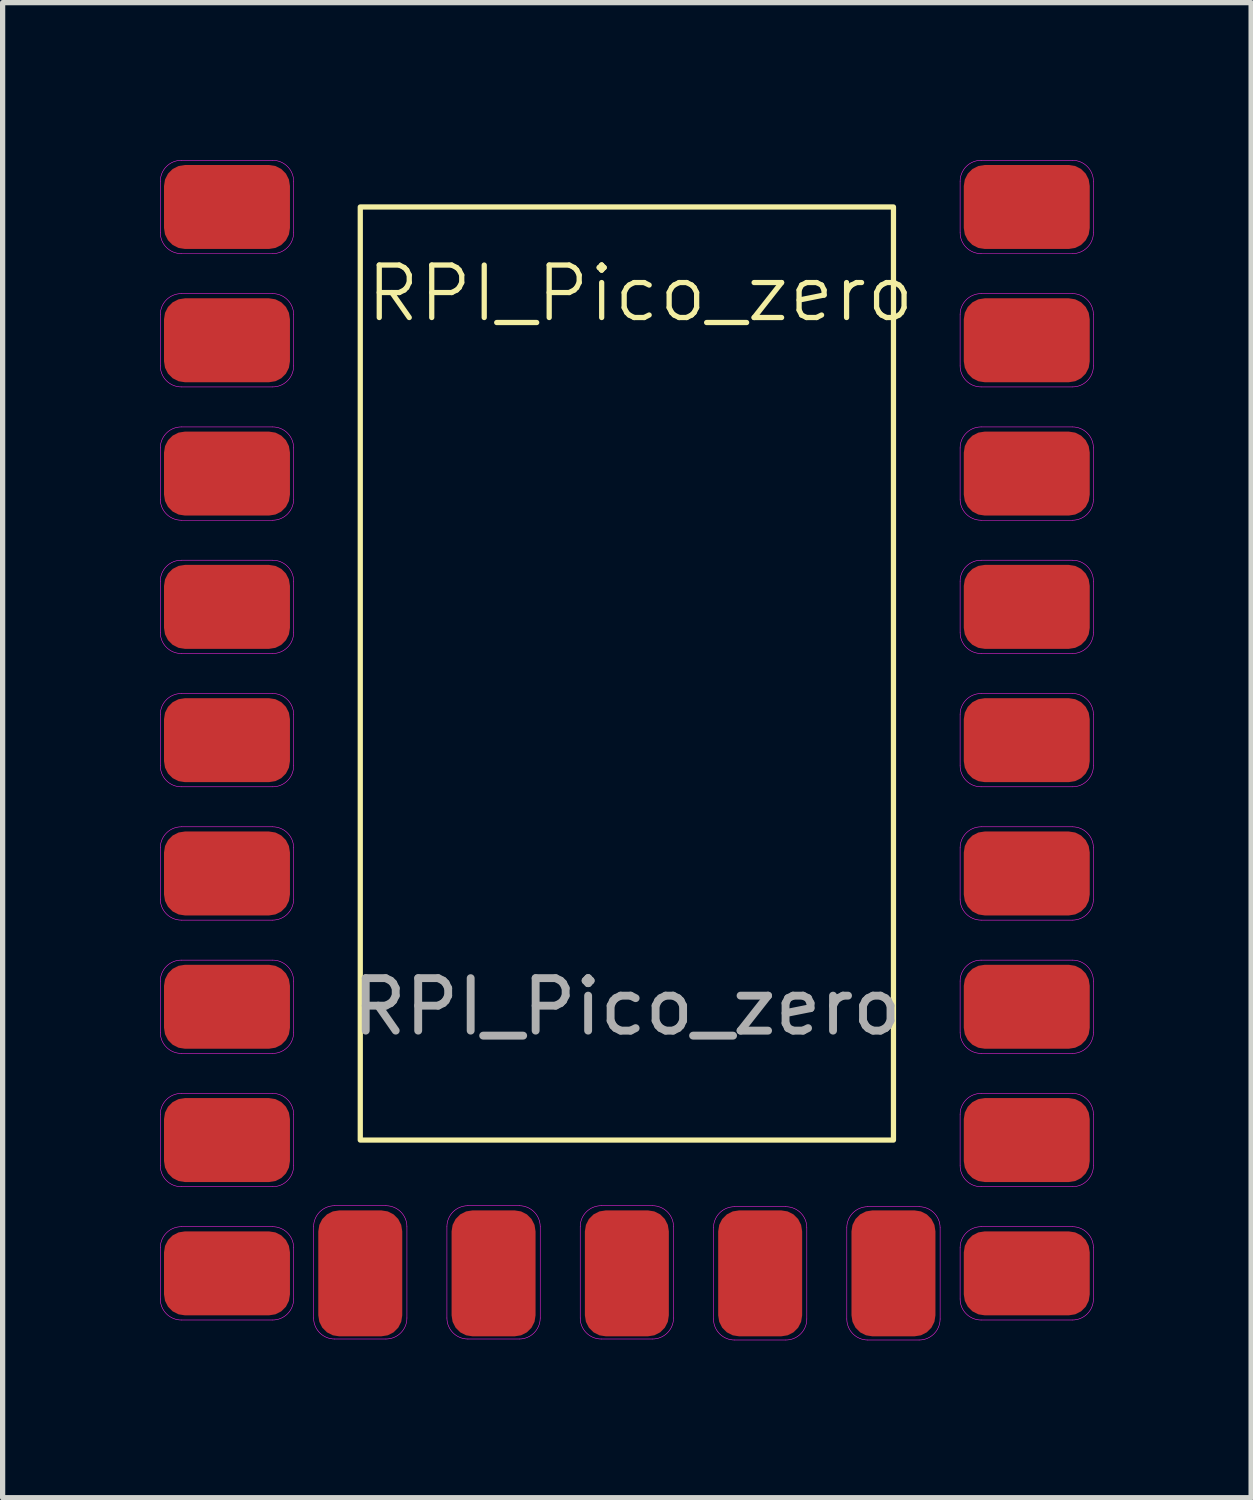
<source format=kicad_pcb>
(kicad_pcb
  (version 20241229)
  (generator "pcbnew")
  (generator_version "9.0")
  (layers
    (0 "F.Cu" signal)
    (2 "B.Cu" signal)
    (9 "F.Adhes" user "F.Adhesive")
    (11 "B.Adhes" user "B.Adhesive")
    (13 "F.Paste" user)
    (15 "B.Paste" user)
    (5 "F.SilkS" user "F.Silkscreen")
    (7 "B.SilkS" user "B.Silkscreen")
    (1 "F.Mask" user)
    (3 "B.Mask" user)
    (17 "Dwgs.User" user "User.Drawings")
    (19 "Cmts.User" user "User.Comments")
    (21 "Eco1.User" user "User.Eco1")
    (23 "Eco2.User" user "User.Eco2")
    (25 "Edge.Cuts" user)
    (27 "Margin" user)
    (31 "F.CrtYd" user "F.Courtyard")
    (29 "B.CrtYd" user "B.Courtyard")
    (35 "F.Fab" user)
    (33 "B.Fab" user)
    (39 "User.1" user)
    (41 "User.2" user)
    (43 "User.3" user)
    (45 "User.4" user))
  (footprint "RPI_Pico_zero"
    (layer "F.Cu")
    (at 8.895 11.054)
    (property "Reference" "RPI_Pico_zero" (at 0.258 -8.511 0) (unlocked yes) (layer "F.SilkS") (effects (font (size 1 1) (thickness 0.1))))
    (attr smd)
    (fp_rect (start -5.08 -10.16) (end 5.08 7.62) (stroke (width 0.1) (type default)) (fill no) (layer "F.SilkS"))
    (fp_line (start -8.89 -9.671) (end -8.89 -10.649) (stroke (width 0.01) (type default)) (layer "F.CrtYd"))
    (fp_line (start -8.89 -7.131) (end -8.89 -8.109) (stroke (width 0.01) (type default)) (layer "F.CrtYd"))
    (fp_line (start -8.89 -4.591) (end -8.89 -5.569) (stroke (width 0.01) (type default)) (layer "F.CrtYd"))
    (fp_line (start -8.89 -2.051) (end -8.89 -3.029) (stroke (width 0.01) (type default)) (layer "F.CrtYd"))
    (fp_line (start -8.89 0.489) (end -8.89 -0.489) (stroke (width 0.01) (type default)) (layer "F.CrtYd"))
    (fp_line (start -8.89 3.029) (end -8.89 2.051) (stroke (width 0.01) (type default)) (layer "F.CrtYd"))
    (fp_line (start -8.89 5.569) (end -8.89 4.591) (stroke (width 0.01) (type default)) (layer "F.CrtYd"))
    (fp_line (start -8.89 8.109) (end -8.89 7.131) (stroke (width 0.01) (type default)) (layer "F.CrtYd"))
    (fp_line (start -8.89 10.649) (end -8.89 9.671) (stroke (width 0.01) (type default)) (layer "F.CrtYd"))
    (fp_line (start -8.49 -11.049) (end -6.75 -11.049) (stroke (width 0.01) (type default)) (layer "F.CrtYd"))
    (fp_line (start -8.49 -8.509) (end -6.75 -8.509) (stroke (width 0.01) (type default)) (layer "F.CrtYd"))
    (fp_line (start -8.49 -5.969) (end -6.75 -5.969) (stroke (width 0.01) (type default)) (layer "F.CrtYd"))
    (fp_line (start -8.49 -3.429) (end -6.75 -3.429) (stroke (width 0.01) (type default)) (layer "F.CrtYd"))
    (fp_line (start -8.49 -0.889) (end -6.75 -0.889) (stroke (width 0.01) (type default)) (layer "F.CrtYd"))
    (fp_line (start -8.49 1.651) (end -6.75 1.651) (stroke (width 0.01) (type default)) (layer "F.CrtYd"))
    (fp_line (start -8.49 4.191) (end -6.75 4.191) (stroke (width 0.01) (type default)) (layer "F.CrtYd"))
    (fp_line (start -8.49 6.731) (end -6.75 6.731) (stroke (width 0.01) (type default)) (layer "F.CrtYd"))
    (fp_line (start -8.49 9.271) (end -6.75 9.271) (stroke (width 0.01) (type default)) (layer "F.CrtYd"))
    (fp_line (start -6.75 -9.271) (end -8.49 -9.271) (stroke (width 0.01) (type default)) (layer "F.CrtYd"))
    (fp_line (start -6.75 -6.731) (end -8.49 -6.731) (stroke (width 0.01) (type default)) (layer "F.CrtYd"))
    (fp_line (start -6.75 -4.191) (end -8.49 -4.191) (stroke (width 0.01) (type default)) (layer "F.CrtYd"))
    (fp_line (start -6.75 -1.651) (end -8.49 -1.651) (stroke (width 0.01) (type default)) (layer "F.CrtYd"))
    (fp_line (start -6.75 0.889) (end -8.49 0.889) (stroke (width 0.01) (type default)) (layer "F.CrtYd"))
    (fp_line (start -6.75 3.429) (end -8.49 3.429) (stroke (width 0.01) (type default)) (layer "F.CrtYd"))
    (fp_line (start -6.75 5.969) (end -8.49 5.969) (stroke (width 0.01) (type default)) (layer "F.CrtYd"))
    (fp_line (start -6.75 8.509) (end -8.49 8.509) (stroke (width 0.01) (type default)) (layer "F.CrtYd"))
    (fp_line (start -6.75 11.049) (end -8.49 11.049) (stroke (width 0.01) (type default)) (layer "F.CrtYd"))
    (fp_line (start -6.35 -10.649) (end -6.35 -9.671) (stroke (width 0.01) (type default)) (layer "F.CrtYd"))
    (fp_line (start -6.35 -8.109) (end -6.35 -7.131) (stroke (width 0.01) (type default)) (layer "F.CrtYd"))
    (fp_line (start -6.35 -5.569) (end -6.35 -4.591) (stroke (width 0.01) (type default)) (layer "F.CrtYd"))
    (fp_line (start -6.35 -3.029) (end -6.35 -2.051) (stroke (width 0.01) (type default)) (layer "F.CrtYd"))
    (fp_line (start -6.35 -0.489) (end -6.35 0.489) (stroke (width 0.01) (type default)) (layer "F.CrtYd"))
    (fp_line (start -6.35 2.051) (end -6.35 3.029) (stroke (width 0.01) (type default)) (layer "F.CrtYd"))
    (fp_line (start -6.35 4.591) (end -6.35 5.569) (stroke (width 0.01) (type default)) (layer "F.CrtYd"))
    (fp_line (start -6.35 7.131) (end -6.35 8.109) (stroke (width 0.01) (type default)) (layer "F.CrtYd"))
    (fp_line (start -6.35 9.671) (end -6.35 10.649) (stroke (width 0.01) (type default)) (layer "F.CrtYd"))
    (fp_line (start -5.969 11.011) (end -5.969 9.271) (stroke (width 0.01) (type default)) (layer "F.CrtYd"))
    (fp_line (start -5.569 8.871) (end -4.591 8.871) (stroke (width 0.01) (type default)) (layer "F.CrtYd"))
    (fp_line (start -4.591 11.411) (end -5.569 11.411) (stroke (width 0.01) (type default)) (layer "F.CrtYd"))
    (fp_line (start -4.191 9.271) (end -4.191 11.011) (stroke (width 0.01) (type default)) (layer "F.CrtYd"))
    (fp_line (start -3.429 11.011) (end -3.429 9.271) (stroke (width 0.01) (type default)) (layer "F.CrtYd"))
    (fp_line (start -3.029 8.871) (end -2.051 8.871) (stroke (width 0.01) (type default)) (layer "F.CrtYd"))
    (fp_line (start -2.051 11.411) (end -3.029 11.411) (stroke (width 0.01) (type default)) (layer "F.CrtYd"))
    (fp_line (start -1.651 9.271) (end -1.651 11.011) (stroke (width 0.01) (type default)) (layer "F.CrtYd"))
    (fp_line (start -0.889 11.011) (end -0.889 9.271) (stroke (width 0.01) (type default)) (layer "F.CrtYd"))
    (fp_line (start -0.489 8.871) (end 0.489 8.871) (stroke (width 0.01) (type default)) (layer "F.CrtYd"))
    (fp_line (start 0.489 11.411) (end -0.489 11.411) (stroke (width 0.01) (type default)) (layer "F.CrtYd"))
    (fp_line (start 0.889 9.271) (end 0.889 11.011) (stroke (width 0.01) (type default)) (layer "F.CrtYd"))
    (fp_line (start 1.651 11.03) (end 1.651 9.29) (stroke (width 0.01) (type default)) (layer "F.CrtYd"))
    (fp_line (start 2.051 8.89) (end 3.029 8.89) (stroke (width 0.01) (type default)) (layer "F.CrtYd"))
    (fp_line (start 3.029 11.43) (end 2.051 11.43) (stroke (width 0.01) (type default)) (layer "F.CrtYd"))
    (fp_line (start 3.429 9.29) (end 3.429 11.03) (stroke (width 0.01) (type default)) (layer "F.CrtYd"))
    (fp_line (start 4.191 11.03) (end 4.191 9.29) (stroke (width 0.01) (type default)) (layer "F.CrtYd"))
    (fp_line (start 4.591 8.89) (end 5.569 8.89) (stroke (width 0.01) (type default)) (layer "F.CrtYd"))
    (fp_line (start 5.569 11.43) (end 4.591 11.43) (stroke (width 0.01) (type default)) (layer "F.CrtYd"))
    (fp_line (start 5.969 9.29) (end 5.969 11.03) (stroke (width 0.01) (type default)) (layer "F.CrtYd"))
    (fp_line (start 6.35 -9.671) (end 6.35 -10.649) (stroke (width 0.01) (type default)) (layer "F.CrtYd"))
    (fp_line (start 6.35 -7.131) (end 6.35 -8.109) (stroke (width 0.01) (type default)) (layer "F.CrtYd"))
    (fp_line (start 6.35 -4.591) (end 6.35 -5.569) (stroke (width 0.01) (type default)) (layer "F.CrtYd"))
    (fp_line (start 6.35 -2.051) (end 6.35 -3.029) (stroke (width 0.01) (type default)) (layer "F.CrtYd"))
    (fp_line (start 6.35 0.489) (end 6.35 -0.489) (stroke (width 0.01) (type default)) (layer "F.CrtYd"))
    (fp_line (start 6.35 3.029) (end 6.35 2.051) (stroke (width 0.01) (type default)) (layer "F.CrtYd"))
    (fp_line (start 6.35 5.569) (end 6.35 4.591) (stroke (width 0.01) (type default)) (layer "F.CrtYd"))
    (fp_line (start 6.35 8.109) (end 6.35 7.131) (stroke (width 0.01) (type default)) (layer "F.CrtYd"))
    (fp_line (start 6.35 10.649) (end 6.35 9.671) (stroke (width 0.01) (type default)) (layer "F.CrtYd"))
    (fp_line (start 6.75 -11.049) (end 8.49 -11.049) (stroke (width 0.01) (type default)) (layer "F.CrtYd"))
    (fp_line (start 6.75 -8.509) (end 8.49 -8.509) (stroke (width 0.01) (type default)) (layer "F.CrtYd"))
    (fp_line (start 6.75 -5.969) (end 8.49 -5.969) (stroke (width 0.01) (type default)) (layer "F.CrtYd"))
    (fp_line (start 6.75 -3.429) (end 8.49 -3.429) (stroke (width 0.01) (type default)) (layer "F.CrtYd"))
    (fp_line (start 6.75 -0.889) (end 8.49 -0.889) (stroke (width 0.01) (type default)) (layer "F.CrtYd"))
    (fp_line (start 6.75 1.651) (end 8.49 1.651) (stroke (width 0.01) (type default)) (layer "F.CrtYd"))
    (fp_line (start 6.75 4.191) (end 8.49 4.191) (stroke (width 0.01) (type default)) (layer "F.CrtYd"))
    (fp_line (start 6.75 6.731) (end 8.49 6.731) (stroke (width 0.01) (type default)) (layer "F.CrtYd"))
    (fp_line (start 6.75 9.271) (end 8.49 9.271) (stroke (width 0.01) (type default)) (layer "F.CrtYd"))
    (fp_line (start 8.49 -9.271) (end 6.75 -9.271) (stroke (width 0.01) (type default)) (layer "F.CrtYd"))
    (fp_line (start 8.49 -6.731) (end 6.75 -6.731) (stroke (width 0.01) (type default)) (layer "F.CrtYd"))
    (fp_line (start 8.49 -4.191) (end 6.75 -4.191) (stroke (width 0.01) (type default)) (layer "F.CrtYd"))
    (fp_line (start 8.49 -1.651) (end 6.75 -1.651) (stroke (width 0.01) (type default)) (layer "F.CrtYd"))
    (fp_line (start 8.49 0.889) (end 6.75 0.889) (stroke (width 0.01) (type default)) (layer "F.CrtYd"))
    (fp_line (start 8.49 3.429) (end 6.75 3.429) (stroke (width 0.01) (type default)) (layer "F.CrtYd"))
    (fp_line (start 8.49 5.969) (end 6.75 5.969) (stroke (width 0.01) (type default)) (layer "F.CrtYd"))
    (fp_line (start 8.49 8.509) (end 6.75 8.509) (stroke (width 0.01) (type default)) (layer "F.CrtYd"))
    (fp_line (start 8.49 11.049) (end 6.75 11.049) (stroke (width 0.01) (type default)) (layer "F.CrtYd"))
    (fp_line (start 8.89 -10.649) (end 8.89 -9.671) (stroke (width 0.01) (type default)) (layer "F.CrtYd"))
    (fp_line (start 8.89 -8.109) (end 8.89 -7.131) (stroke (width 0.01) (type default)) (layer "F.CrtYd"))
    (fp_line (start 8.89 -5.569) (end 8.89 -4.591) (stroke (width 0.01) (type default)) (layer "F.CrtYd"))
    (fp_line (start 8.89 -3.029) (end 8.89 -2.051) (stroke (width 0.01) (type default)) (layer "F.CrtYd"))
    (fp_line (start 8.89 -0.489) (end 8.89 0.489) (stroke (width 0.01) (type default)) (layer "F.CrtYd"))
    (fp_line (start 8.89 2.051) (end 8.89 3.029) (stroke (width 0.01) (type default)) (layer "F.CrtYd"))
    (fp_line (start 8.89 4.591) (end 8.89 5.569) (stroke (width 0.01) (type default)) (layer "F.CrtYd"))
    (fp_line (start 8.89 7.131) (end 8.89 8.109) (stroke (width 0.01) (type default)) (layer "F.CrtYd"))
    (fp_line (start 8.89 9.671) (end 8.89 10.649) (stroke (width 0.01) (type default)) (layer "F.CrtYd"))
    (fp_arc (start -8.89 -10.649) (mid -8.772843 -10.931843) (end -8.49 -11.049) (stroke (width 0.01) (type default)) (layer "F.CrtYd"))
    (fp_arc (start -8.89 -8.109) (mid -8.772843 -8.391843) (end -8.49 -8.509) (stroke (width 0.01) (type default)) (layer "F.CrtYd"))
    (fp_arc (start -8.89 -5.569) (mid -8.772843 -5.851843) (end -8.49 -5.969) (stroke (width 0.01) (type default)) (layer "F.CrtYd"))
    (fp_arc (start -8.89 -3.029) (mid -8.772843 -3.311843) (end -8.49 -3.429) (stroke (width 0.01) (type default)) (layer "F.CrtYd"))
    (fp_arc (start -8.89 -0.489) (mid -8.772843 -0.771843) (end -8.49 -0.889) (stroke (width 0.01) (type default)) (layer "F.CrtYd"))
    (fp_arc (start -8.89 2.051) (mid -8.772843 1.768157) (end -8.49 1.651) (stroke (width 0.01) (type default)) (layer "F.CrtYd"))
    (fp_arc (start -8.89 4.591) (mid -8.772843 4.308157) (end -8.49 4.191) (stroke (width 0.01) (type default)) (layer "F.CrtYd"))
    (fp_arc (start -8.89 7.131) (mid -8.772843 6.848157) (end -8.49 6.731) (stroke (width 0.01) (type default)) (layer "F.CrtYd"))
    (fp_arc (start -8.89 9.671) (mid -8.772843 9.388157) (end -8.49 9.271) (stroke (width 0.01) (type default)) (layer "F.CrtYd"))
    (fp_arc (start -8.49 -9.271) (mid -8.772843 -9.388157) (end -8.89 -9.671) (stroke (width 0.01) (type default)) (layer "F.CrtYd"))
    (fp_arc (start -8.49 -6.731) (mid -8.772843 -6.848157) (end -8.89 -7.131) (stroke (width 0.01) (type default)) (layer "F.CrtYd"))
    (fp_arc (start -8.49 -4.191) (mid -8.772843 -4.308157) (end -8.89 -4.591) (stroke (width 0.01) (type default)) (layer "F.CrtYd"))
    (fp_arc (start -8.49 -1.651) (mid -8.772843 -1.768157) (end -8.89 -2.051) (stroke (width 0.01) (type default)) (layer "F.CrtYd"))
    (fp_arc (start -8.49 0.889) (mid -8.772843 0.771843) (end -8.89 0.489) (stroke (width 0.01) (type default)) (layer "F.CrtYd"))
    (fp_arc (start -8.49 3.429) (mid -8.772843 3.311843) (end -8.89 3.029) (stroke (width 0.01) (type default)) (layer "F.CrtYd"))
    (fp_arc (start -8.49 5.969) (mid -8.772843 5.851843) (end -8.89 5.569) (stroke (width 0.01) (type default)) (layer "F.CrtYd"))
    (fp_arc (start -8.49 8.509) (mid -8.772843 8.391843) (end -8.89 8.109) (stroke (width 0.01) (type default)) (layer "F.CrtYd"))
    (fp_arc (start -8.49 11.049) (mid -8.772843 10.931843) (end -8.89 10.649) (stroke (width 0.01) (type default)) (layer "F.CrtYd"))
    (fp_arc (start -6.75 -11.049) (mid -6.467157 -10.931843) (end -6.35 -10.649) (stroke (width 0.01) (type default)) (layer "F.CrtYd"))
    (fp_arc (start -6.75 -8.509) (mid -6.467157 -8.391843) (end -6.35 -8.109) (stroke (width 0.01) (type default)) (layer "F.CrtYd"))
    (fp_arc (start -6.75 -5.969) (mid -6.467157 -5.851843) (end -6.35 -5.569) (stroke (width 0.01) (type default)) (layer "F.CrtYd"))
    (fp_arc (start -6.75 -3.429) (mid -6.467157 -3.311843) (end -6.35 -3.029) (stroke (width 0.01) (type default)) (layer "F.CrtYd"))
    (fp_arc (start -6.75 -0.889) (mid -6.467157 -0.771843) (end -6.35 -0.489) (stroke (width 0.01) (type default)) (layer "F.CrtYd"))
    (fp_arc (start -6.75 1.651) (mid -6.467157 1.768157) (end -6.35 2.051) (stroke (width 0.01) (type default)) (layer "F.CrtYd"))
    (fp_arc (start -6.75 4.191) (mid -6.467157 4.308157) (end -6.35 4.591) (stroke (width 0.01) (type default)) (layer "F.CrtYd"))
    (fp_arc (start -6.75 6.731) (mid -6.467157 6.848157) (end -6.35 7.131) (stroke (width 0.01) (type default)) (layer "F.CrtYd"))
    (fp_arc (start -6.75 9.271) (mid -6.467157 9.388157) (end -6.35 9.671) (stroke (width 0.01) (type default)) (layer "F.CrtYd"))
    (fp_arc (start -6.35 -9.671) (mid -6.467157 -9.388157) (end -6.75 -9.271) (stroke (width 0.01) (type default)) (layer "F.CrtYd"))
    (fp_arc (start -6.35 -7.131) (mid -6.467157 -6.848157) (end -6.75 -6.731) (stroke (width 0.01) (type default)) (layer "F.CrtYd"))
    (fp_arc (start -6.35 -4.591) (mid -6.467157 -4.308157) (end -6.75 -4.191) (stroke (width 0.01) (type default)) (layer "F.CrtYd"))
    (fp_arc (start -6.35 -2.051) (mid -6.467157 -1.768157) (end -6.75 -1.651) (stroke (width 0.01) (type default)) (layer "F.CrtYd"))
    (fp_arc (start -6.35 0.489) (mid -6.467157 0.771843) (end -6.75 0.889) (stroke (width 0.01) (type default)) (layer "F.CrtYd"))
    (fp_arc (start -6.35 3.029) (mid -6.467157 3.311843) (end -6.75 3.429) (stroke (width 0.01) (type default)) (layer "F.CrtYd"))
    (fp_arc (start -6.35 5.569) (mid -6.467157 5.851843) (end -6.75 5.969) (stroke (width 0.01) (type default)) (layer "F.CrtYd"))
    (fp_arc (start -6.35 8.109) (mid -6.467157 8.391843) (end -6.75 8.509) (stroke (width 0.01) (type default)) (layer "F.CrtYd"))
    (fp_arc (start -6.35 10.649) (mid -6.467157 10.931843) (end -6.75 11.049) (stroke (width 0.01) (type default)) (layer "F.CrtYd"))
    (fp_arc (start -5.969 9.271) (mid -5.851843 8.988157) (end -5.569 8.871) (stroke (width 0.01) (type default)) (layer "F.CrtYd"))
    (fp_arc (start -5.569 11.411) (mid -5.851843 11.293843) (end -5.969 11.011) (stroke (width 0.01) (type default)) (layer "F.CrtYd"))
    (fp_arc (start -4.591 8.871) (mid -4.308157 8.988157) (end -4.191 9.271) (stroke (width 0.01) (type default)) (layer "F.CrtYd"))
    (fp_arc (start -4.191 11.011) (mid -4.308157 11.293843) (end -4.591 11.411) (stroke (width 0.01) (type default)) (layer "F.CrtYd"))
    (fp_arc (start -3.429 9.271) (mid -3.311843 8.988157) (end -3.029 8.871) (stroke (width 0.01) (type default)) (layer "F.CrtYd"))
    (fp_arc (start -3.029 11.411) (mid -3.311843 11.293843) (end -3.429 11.011) (stroke (width 0.01) (type default)) (layer "F.CrtYd"))
    (fp_arc (start -2.051 8.871) (mid -1.768157 8.988157) (end -1.651 9.271) (stroke (width 0.01) (type default)) (layer "F.CrtYd"))
    (fp_arc (start -1.651 11.011) (mid -1.768157 11.293843) (end -2.051 11.411) (stroke (width 0.01) (type default)) (layer "F.CrtYd"))
    (fp_arc (start -0.889 9.271) (mid -0.771843 8.988157) (end -0.489 8.871) (stroke (width 0.01) (type default)) (layer "F.CrtYd"))
    (fp_arc (start -0.489 11.411) (mid -0.771843 11.293843) (end -0.889 11.011) (stroke (width 0.01) (type default)) (layer "F.CrtYd"))
    (fp_arc (start 0.489 8.871) (mid 0.771843 8.988157) (end 0.889 9.271) (stroke (width 0.01) (type default)) (layer "F.CrtYd"))
    (fp_arc (start 0.889 11.011) (mid 0.771843 11.293843) (end 0.489 11.411) (stroke (width 0.01) (type default)) (layer "F.CrtYd"))
    (fp_arc (start 1.651 9.29) (mid 1.768157 9.007157) (end 2.051 8.89) (stroke (width 0.01) (type default)) (layer "F.CrtYd"))
    (fp_arc (start 2.051 11.43) (mid 1.768157 11.312843) (end 1.651 11.03) (stroke (width 0.01) (type default)) (layer "F.CrtYd"))
    (fp_arc (start 3.029 8.89) (mid 3.311843 9.007157) (end 3.429 9.29) (stroke (width 0.01) (type default)) (layer "F.CrtYd"))
    (fp_arc (start 3.429 11.03) (mid 3.311843 11.312843) (end 3.029 11.43) (stroke (width 0.01) (type default)) (layer "F.CrtYd"))
    (fp_arc (start 4.191 9.29) (mid 4.308157 9.007157) (end 4.591 8.89) (stroke (width 0.01) (type default)) (layer "F.CrtYd"))
    (fp_arc (start 4.591 11.43) (mid 4.308157 11.312843) (end 4.191 11.03) (stroke (width 0.01) (type default)) (layer "F.CrtYd"))
    (fp_arc (start 5.569 8.89) (mid 5.851843 9.007157) (end 5.969 9.29) (stroke (width 0.01) (type default)) (layer "F.CrtYd"))
    (fp_arc (start 5.969 11.03) (mid 5.851843 11.312843) (end 5.569 11.43) (stroke (width 0.01) (type default)) (layer "F.CrtYd"))
    (fp_arc (start 6.35 -10.649) (mid 6.467157 -10.931843) (end 6.75 -11.049) (stroke (width 0.01) (type default)) (layer "F.CrtYd"))
    (fp_arc (start 6.35 -8.109) (mid 6.467157 -8.391843) (end 6.75 -8.509) (stroke (width 0.01) (type default)) (layer "F.CrtYd"))
    (fp_arc (start 6.35 -5.569) (mid 6.467157 -5.851843) (end 6.75 -5.969) (stroke (width 0.01) (type default)) (layer "F.CrtYd"))
    (fp_arc (start 6.35 -3.029) (mid 6.467157 -3.311843) (end 6.75 -3.429) (stroke (width 0.01) (type default)) (layer "F.CrtYd"))
    (fp_arc (start 6.35 -0.489) (mid 6.467157 -0.771843) (end 6.75 -0.889) (stroke (width 0.01) (type default)) (layer "F.CrtYd"))
    (fp_arc (start 6.35 2.051) (mid 6.467157 1.768157) (end 6.75 1.651) (stroke (width 0.01) (type default)) (layer "F.CrtYd"))
    (fp_arc (start 6.35 4.591) (mid 6.467157 4.308157) (end 6.75 4.191) (stroke (width 0.01) (type default)) (layer "F.CrtYd"))
    (fp_arc (start 6.35 7.131) (mid 6.467157 6.848157) (end 6.75 6.731) (stroke (width 0.01) (type default)) (layer "F.CrtYd"))
    (fp_arc (start 6.35 9.671) (mid 6.467157 9.388157) (end 6.75 9.271) (stroke (width 0.01) (type default)) (layer "F.CrtYd"))
    (fp_arc (start 6.75 -9.271) (mid 6.467157 -9.388157) (end 6.35 -9.671) (stroke (width 0.01) (type default)) (layer "F.CrtYd"))
    (fp_arc (start 6.75 -6.731) (mid 6.467157 -6.848157) (end 6.35 -7.131) (stroke (width 0.01) (type default)) (layer "F.CrtYd"))
    (fp_arc (start 6.75 -4.191) (mid 6.467157 -4.308157) (end 6.35 -4.591) (stroke (width 0.01) (type default)) (layer "F.CrtYd"))
    (fp_arc (start 6.75 -1.651) (mid 6.467157 -1.768157) (end 6.35 -2.051) (stroke (width 0.01) (type default)) (layer "F.CrtYd"))
    (fp_arc (start 6.75 0.889) (mid 6.467157 0.771843) (end 6.35 0.489) (stroke (width 0.01) (type default)) (layer "F.CrtYd"))
    (fp_arc (start 6.75 3.429) (mid 6.467157 3.311843) (end 6.35 3.029) (stroke (width 0.01) (type default)) (layer "F.CrtYd"))
    (fp_arc (start 6.75 5.969) (mid 6.467157 5.851843) (end 6.35 5.569) (stroke (width 0.01) (type default)) (layer "F.CrtYd"))
    (fp_arc (start 6.75 8.509) (mid 6.467157 8.391843) (end 6.35 8.109) (stroke (width 0.01) (type default)) (layer "F.CrtYd"))
    (fp_arc (start 6.75 11.049) (mid 6.467157 10.931843) (end 6.35 10.649) (stroke (width 0.01) (type default)) (layer "F.CrtYd"))
    (fp_arc (start 8.49 -11.049) (mid 8.772843 -10.931843) (end 8.89 -10.649) (stroke (width 0.01) (type default)) (layer "F.CrtYd"))
    (fp_arc (start 8.49 -8.509) (mid 8.772843 -8.391843) (end 8.89 -8.109) (stroke (width 0.01) (type default)) (layer "F.CrtYd"))
    (fp_arc (start 8.49 -5.969) (mid 8.772843 -5.851843) (end 8.89 -5.569) (stroke (width 0.01) (type default)) (layer "F.CrtYd"))
    (fp_arc (start 8.49 -3.429) (mid 8.772843 -3.311843) (end 8.89 -3.029) (stroke (width 0.01) (type default)) (layer "F.CrtYd"))
    (fp_arc (start 8.49 -0.889) (mid 8.772843 -0.771843) (end 8.89 -0.489) (stroke (width 0.01) (type default)) (layer "F.CrtYd"))
    (fp_arc (start 8.49 1.651) (mid 8.772843 1.768157) (end 8.89 2.051) (stroke (width 0.01) (type default)) (layer "F.CrtYd"))
    (fp_arc (start 8.49 4.191) (mid 8.772843 4.308157) (end 8.89 4.591) (stroke (width 0.01) (type default)) (layer "F.CrtYd"))
    (fp_arc (start 8.49 6.731) (mid 8.772843 6.848157) (end 8.89 7.131) (stroke (width 0.01) (type default)) (layer "F.CrtYd"))
    (fp_arc (start 8.49 9.271) (mid 8.772843 9.388157) (end 8.89 9.671) (stroke (width 0.01) (type default)) (layer "F.CrtYd"))
    (fp_arc (start 8.89 -9.671) (mid 8.772843 -9.388157) (end 8.49 -9.271) (stroke (width 0.01) (type default)) (layer "F.CrtYd"))
    (fp_arc (start 8.89 -7.131) (mid 8.772843 -6.848157) (end 8.49 -6.731) (stroke (width 0.01) (type default)) (layer "F.CrtYd"))
    (fp_arc (start 8.89 -4.591) (mid 8.772843 -4.308157) (end 8.49 -4.191) (stroke (width 0.01) (type default)) (layer "F.CrtYd"))
    (fp_arc (start 8.89 -2.051) (mid 8.772843 -1.768157) (end 8.49 -1.651) (stroke (width 0.01) (type default)) (layer "F.CrtYd"))
    (fp_arc (start 8.89 0.489) (mid 8.772843 0.771843) (end 8.49 0.889) (stroke (width 0.01) (type default)) (layer "F.CrtYd"))
    (fp_arc (start 8.89 3.029) (mid 8.772843 3.311843) (end 8.49 3.429) (stroke (width 0.01) (type default)) (layer "F.CrtYd"))
    (fp_arc (start 8.89 5.569) (mid 8.772843 5.851843) (end 8.49 5.969) (stroke (width 0.01) (type default)) (layer "F.CrtYd"))
    (fp_arc (start 8.89 8.109) (mid 8.772843 8.391843) (end 8.49 8.509) (stroke (width 0.01) (type default)) (layer "F.CrtYd"))
    (fp_arc (start 8.89 10.649) (mid 8.772843 10.931843) (end 8.49 11.049) (stroke (width 0.01) (type default)) (layer "F.CrtYd"))
    (fp_text user "${REFERENCE}" (at 0 5.08 0) (unlocked yes) (layer "F.Fab") (effects (font (size 1 1) (thickness 0.15))))
    (pad "0" smd roundrect (at 7.62 -10.16) (size 2.4 1.6) (layers "F.Cu" "F.Mask" "F.Paste") (roundrect_rratio 0.25))
    (pad "1" smd roundrect (at 7.62 -7.62) (size 2.4 1.6) (layers "F.Cu" "F.Mask" "F.Paste") (roundrect_rratio 0.25))
    (pad "2" smd roundrect (at 7.62 -5.08) (size 2.4 1.6) (layers "F.Cu" "F.Mask" "F.Paste") (roundrect_rratio 0.25))
    (pad "3" smd roundrect (at 7.62 -2.54) (size 2.4 1.6) (layers "F.Cu" "F.Mask" "F.Paste") (roundrect_rratio 0.25))
    (pad "4" smd roundrect (at 7.62 0) (size 2.4 1.6) (layers "F.Cu" "F.Mask" "F.Paste") (roundrect_rratio 0.25))
    (pad "5" smd roundrect (at 7.62 2.54) (size 2.4 1.6) (layers "F.Cu" "F.Mask" "F.Paste") (roundrect_rratio 0.25))
    (pad "6" smd roundrect (at 7.62 5.08) (size 2.4 1.6) (layers "F.Cu" "F.Mask" "F.Paste") (roundrect_rratio 0.25))
    (pad "7" smd roundrect (at 7.62 7.62) (size 2.4 1.6) (layers "F.Cu" "F.Mask" "F.Paste") (roundrect_rratio 0.25))
    (pad "8" smd roundrect (at 7.62 10.16) (size 2.4 1.6) (layers "F.Cu" "F.Mask" "F.Paste") (roundrect_rratio 0.25))
    (pad "9" smd roundrect (at 5.08 10.16 90) (size 2.4 1.6) (layers "F.Cu" "F.Mask" "F.Paste") (roundrect_rratio 0.25))
    (pad "10" smd roundrect (at 2.54 10.16 90) (size 2.4 1.6) (layers "F.Cu" "F.Mask" "F.Paste") (roundrect_rratio 0.25))
    (pad "11" smd roundrect (at 0 10.16 90) (size 2.4 1.6) (layers "F.Cu" "F.Mask" "F.Paste") (roundrect_rratio 0.25))
    (pad "12" smd roundrect (at -2.54 10.16 90) (size 2.4 1.6) (layers "F.Cu" "F.Mask" "F.Paste") (roundrect_rratio 0.25))
    (pad "13" smd roundrect (at -5.08 10.16 90) (size 2.4 1.6) (layers "F.Cu" "F.Mask" "F.Paste") (roundrect_rratio 0.25))
    (pad "14" smd roundrect (at -7.62 10.16) (size 2.4 1.6) (layers "F.Cu" "F.Mask" "F.Paste") (roundrect_rratio 0.25))
    (pad "15" smd roundrect (at -7.62 7.62) (size 2.4 1.6) (layers "F.Cu" "F.Mask" "F.Paste") (roundrect_rratio 0.25))
    (pad "26" smd roundrect (at -7.62 5.08) (size 2.4 1.6) (layers "F.Cu" "F.Mask" "F.Paste") (roundrect_rratio 0.25))
    (pad "27" smd roundrect (at -7.62 2.54) (size 2.4 1.6) (layers "F.Cu" "F.Mask" "F.Paste") (roundrect_rratio 0.25))
    (pad "28" smd roundrect (at -7.62 0) (size 2.4 1.6) (layers "F.Cu" "F.Mask" "F.Paste") (roundrect_rratio 0.25))
    (pad "29" smd roundrect (at -7.62 -2.54) (size 2.4 1.6) (layers "F.Cu" "F.Mask" "F.Paste") (roundrect_rratio 0.25))
    (pad "30" smd roundrect (at -7.62 -5.08) (size 2.4 1.6) (layers "F.Cu" "F.Mask" "F.Paste") (roundrect_rratio 0.25))
    (pad "31" smd roundrect (at -7.62 -7.62) (size 2.4 1.6) (layers "F.Cu" "F.Mask" "F.Paste") (roundrect_rratio 0.25))
    (pad "32" smd roundrect (at -7.62 -10.16) (size 2.4 1.6) (layers "F.Cu" "F.Mask" "F.Paste") (roundrect_rratio 0.25)))
  (gr_rect
    (start -3 -3)
    (end 20.79 25.489)
    (stroke (width 0.1) (type default))
    (fill no)
    (layer "Edge.Cuts")))
</source>
